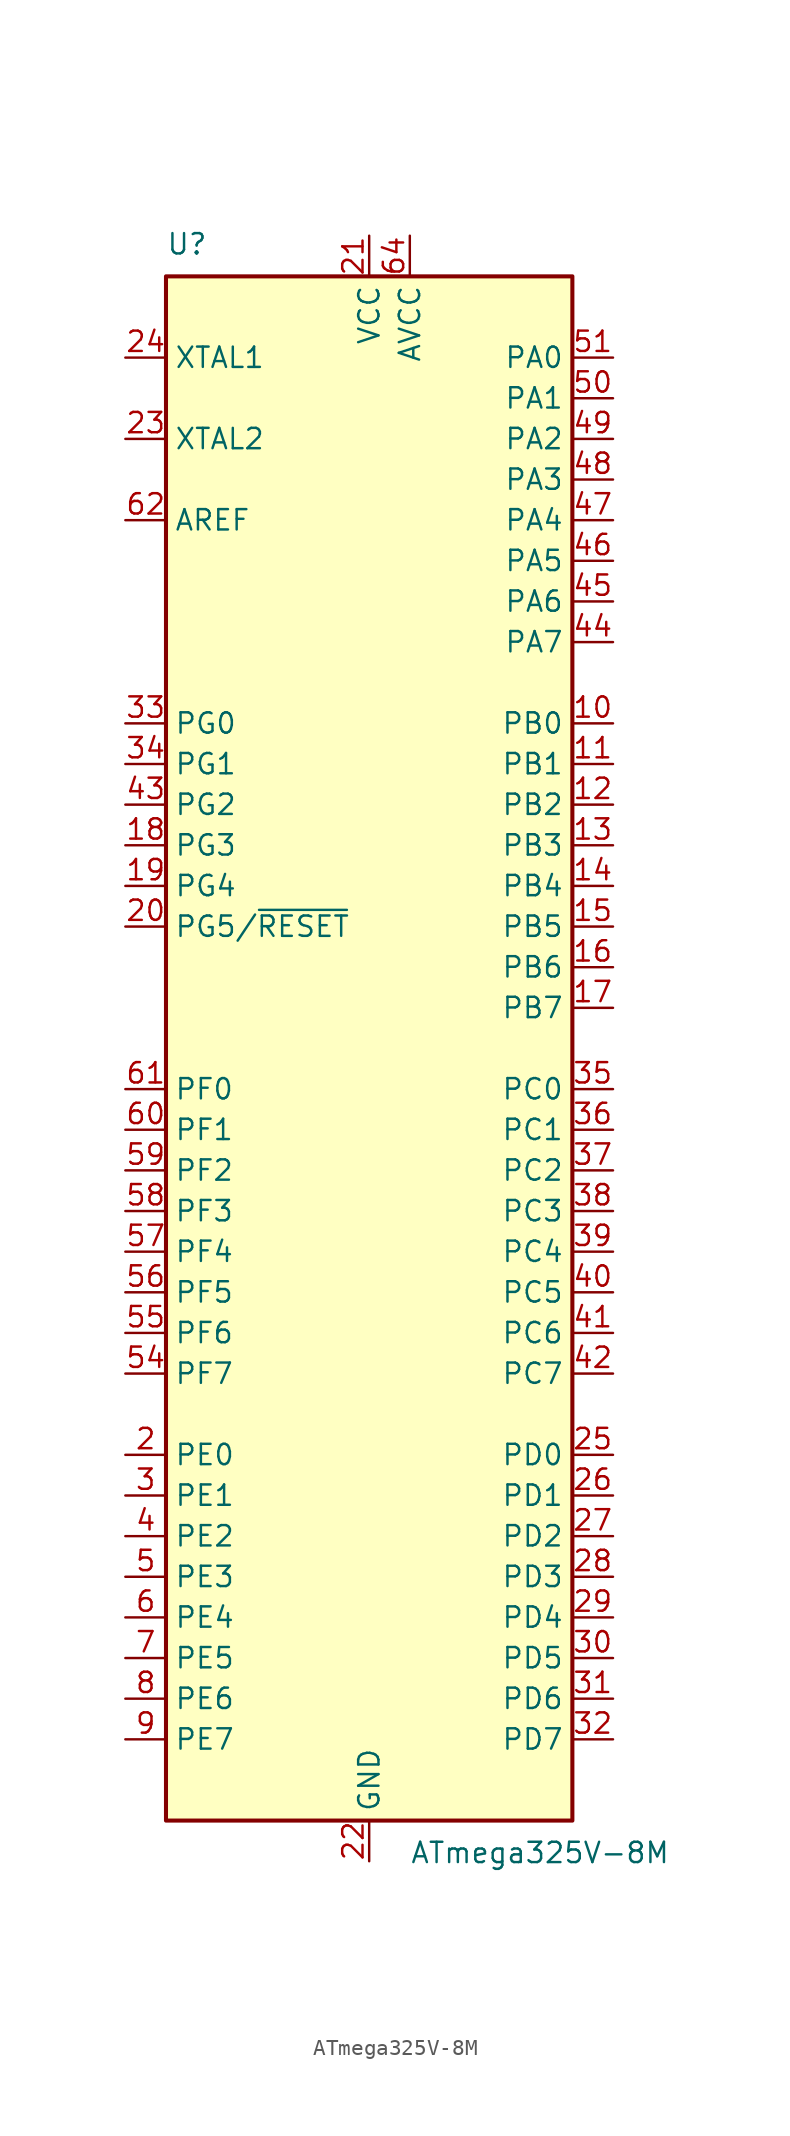
<source format=kicad_sym>
(kicad_symbol_lib
  (version 20200908)
  (generator kicad_symbol_editor)
  (symbol "MCU_Microchip_ATmega:ATmega325V-8M"
    (property "Reference" "U"
      (at -12.7 49.53 0)
      (effects (font (size 1.27 1.27)) (justify left bottom)))
    (property "Value" "ATmega325V-8M"
      (at 2.54 -49.53 0)
      (effects (font (size 1.27 1.27)) (justify left top)))
    (symbol "ATmega325V-8M_0_1"
      (rectangle (start -12.7 -48.26) (end 12.7 48.26) (stroke (width 0.254)) (fill (type background))))
    (symbol "ATmega325V-8M_1_1"
      (pin unconnected line (at -12.7 -45.72 0) (length 2.54) hide (name "NC" (effects (font (size 1.27 1.27)))) (number "1" (effects (font (size 1.27 1.27)))))
      (pin bidirectional line (at 15.24 20.32 180) (length 2.54) (name "PB0" (effects (font (size 1.27 1.27)))) (number "10" (effects (font (size 1.27 1.27)))))
      (pin bidirectional line (at 15.24 17.78 180) (length 2.54) (name "PB1" (effects (font (size 1.27 1.27)))) (number "11" (effects (font (size 1.27 1.27)))))
      (pin bidirectional line (at 15.24 15.24 180) (length 2.54) (name "PB2" (effects (font (size 1.27 1.27)))) (number "12" (effects (font (size 1.27 1.27)))))
      (pin bidirectional line (at 15.24 12.7 180) (length 2.54) (name "PB3" (effects (font (size 1.27 1.27)))) (number "13" (effects (font (size 1.27 1.27)))))
      (pin bidirectional line (at 15.24 10.16 180) (length 2.54) (name "PB4" (effects (font (size 1.27 1.27)))) (number "14" (effects (font (size 1.27 1.27)))))
      (pin bidirectional line (at 15.24 7.62 180) (length 2.54) (name "PB5" (effects (font (size 1.27 1.27)))) (number "15" (effects (font (size 1.27 1.27)))))
      (pin bidirectional line (at 15.24 5.08 180) (length 2.54) (name "PB6" (effects (font (size 1.27 1.27)))) (number "16" (effects (font (size 1.27 1.27)))))
      (pin bidirectional line (at 15.24 2.54 180) (length 2.54) (name "PB7" (effects (font (size 1.27 1.27)))) (number "17" (effects (font (size 1.27 1.27)))))
      (pin bidirectional line (at -15.24 12.7 0) (length 2.54) (name "PG3" (effects (font (size 1.27 1.27)))) (number "18" (effects (font (size 1.27 1.27)))))
      (pin bidirectional line (at -15.24 10.16 0) (length 2.54) (name "PG4" (effects (font (size 1.27 1.27)))) (number "19" (effects (font (size 1.27 1.27)))))
      (pin bidirectional line (at -15.24 -25.4 0) (length 2.54) (name "PE0" (effects (font (size 1.27 1.27)))) (number "2" (effects (font (size 1.27 1.27)))))
      (pin bidirectional line (at -15.24 7.62 0) (length 2.54) (name "PG5/~RESET" (effects (font (size 1.27 1.27)))) (number "20" (effects (font (size 1.27 1.27)))))
      (pin power_in line (at 0 50.8 270) (length 2.54) (name "VCC" (effects (font (size 1.27 1.27)))) (number "21" (effects (font (size 1.27 1.27)))))
      (pin power_in line (at 0 -50.8 90) (length 2.54) (name "GND" (effects (font (size 1.27 1.27)))) (number "22" (effects (font (size 1.27 1.27)))))
      (pin output line (at -15.24 38.1 0) (length 2.54) (name "XTAL2" (effects (font (size 1.27 1.27)))) (number "23" (effects (font (size 1.27 1.27)))))
      (pin input line (at -15.24 43.18 0) (length 2.54) (name "XTAL1" (effects (font (size 1.27 1.27)))) (number "24" (effects (font (size 1.27 1.27)))))
      (pin bidirectional line (at 15.24 -25.4 180) (length 2.54) (name "PD0" (effects (font (size 1.27 1.27)))) (number "25" (effects (font (size 1.27 1.27)))))
      (pin bidirectional line (at 15.24 -27.94 180) (length 2.54) (name "PD1" (effects (font (size 1.27 1.27)))) (number "26" (effects (font (size 1.27 1.27)))))
      (pin bidirectional line (at 15.24 -30.48 180) (length 2.54) (name "PD2" (effects (font (size 1.27 1.27)))) (number "27" (effects (font (size 1.27 1.27)))))
      (pin bidirectional line (at 15.24 -33.02 180) (length 2.54) (name "PD3" (effects (font (size 1.27 1.27)))) (number "28" (effects (font (size 1.27 1.27)))))
      (pin bidirectional line (at 15.24 -35.56 180) (length 2.54) (name "PD4" (effects (font (size 1.27 1.27)))) (number "29" (effects (font (size 1.27 1.27)))))
      (pin bidirectional line (at -15.24 -27.94 0) (length 2.54) (name "PE1" (effects (font (size 1.27 1.27)))) (number "3" (effects (font (size 1.27 1.27)))))
      (pin bidirectional line (at 15.24 -38.1 180) (length 2.54) (name "PD5" (effects (font (size 1.27 1.27)))) (number "30" (effects (font (size 1.27 1.27)))))
      (pin bidirectional line (at 15.24 -40.64 180) (length 2.54) (name "PD6" (effects (font (size 1.27 1.27)))) (number "31" (effects (font (size 1.27 1.27)))))
      (pin bidirectional line (at 15.24 -43.18 180) (length 2.54) (name "PD7" (effects (font (size 1.27 1.27)))) (number "32" (effects (font (size 1.27 1.27)))))
      (pin bidirectional line (at -15.24 20.32 0) (length 2.54) (name "PG0" (effects (font (size 1.27 1.27)))) (number "33" (effects (font (size 1.27 1.27)))))
      (pin bidirectional line (at -15.24 17.78 0) (length 2.54) (name "PG1" (effects (font (size 1.27 1.27)))) (number "34" (effects (font (size 1.27 1.27)))))
      (pin bidirectional line (at 15.24 -2.54 180) (length 2.54) (name "PC0" (effects (font (size 1.27 1.27)))) (number "35" (effects (font (size 1.27 1.27)))))
      (pin bidirectional line (at 15.24 -5.08 180) (length 2.54) (name "PC1" (effects (font (size 1.27 1.27)))) (number "36" (effects (font (size 1.27 1.27)))))
      (pin bidirectional line (at 15.24 -7.62 180) (length 2.54) (name "PC2" (effects (font (size 1.27 1.27)))) (number "37" (effects (font (size 1.27 1.27)))))
      (pin bidirectional line (at 15.24 -10.16 180) (length 2.54) (name "PC3" (effects (font (size 1.27 1.27)))) (number "38" (effects (font (size 1.27 1.27)))))
      (pin bidirectional line (at 15.24 -12.7 180) (length 2.54) (name "PC4" (effects (font (size 1.27 1.27)))) (number "39" (effects (font (size 1.27 1.27)))))
      (pin bidirectional line (at -15.24 -30.48 0) (length 2.54) (name "PE2" (effects (font (size 1.27 1.27)))) (number "4" (effects (font (size 1.27 1.27)))))
      (pin bidirectional line (at 15.24 -15.24 180) (length 2.54) (name "PC5" (effects (font (size 1.27 1.27)))) (number "40" (effects (font (size 1.27 1.27)))))
      (pin bidirectional line (at 15.24 -17.78 180) (length 2.54) (name "PC6" (effects (font (size 1.27 1.27)))) (number "41" (effects (font (size 1.27 1.27)))))
      (pin bidirectional line (at 15.24 -20.32 180) (length 2.54) (name "PC7" (effects (font (size 1.27 1.27)))) (number "42" (effects (font (size 1.27 1.27)))))
      (pin bidirectional line (at -15.24 15.24 0) (length 2.54) (name "PG2" (effects (font (size 1.27 1.27)))) (number "43" (effects (font (size 1.27 1.27)))))
      (pin bidirectional line (at 15.24 25.4 180) (length 2.54) (name "PA7" (effects (font (size 1.27 1.27)))) (number "44" (effects (font (size 1.27 1.27)))))
      (pin bidirectional line (at 15.24 27.94 180) (length 2.54) (name "PA6" (effects (font (size 1.27 1.27)))) (number "45" (effects (font (size 1.27 1.27)))))
      (pin bidirectional line (at 15.24 30.48 180) (length 2.54) (name "PA5" (effects (font (size 1.27 1.27)))) (number "46" (effects (font (size 1.27 1.27)))))
      (pin bidirectional line (at 15.24 33.02 180) (length 2.54) (name "PA4" (effects (font (size 1.27 1.27)))) (number "47" (effects (font (size 1.27 1.27)))))
      (pin bidirectional line (at 15.24 35.56 180) (length 2.54) (name "PA3" (effects (font (size 1.27 1.27)))) (number "48" (effects (font (size 1.27 1.27)))))
      (pin bidirectional line (at 15.24 38.1 180) (length 2.54) (name "PA2" (effects (font (size 1.27 1.27)))) (number "49" (effects (font (size 1.27 1.27)))))
      (pin bidirectional line (at -15.24 -33.02 0) (length 2.54) (name "PE3" (effects (font (size 1.27 1.27)))) (number "5" (effects (font (size 1.27 1.27)))))
      (pin bidirectional line (at 15.24 40.64 180) (length 2.54) (name "PA1" (effects (font (size 1.27 1.27)))) (number "50" (effects (font (size 1.27 1.27)))))
      (pin bidirectional line (at 15.24 43.18 180) (length 2.54) (name "PA0" (effects (font (size 1.27 1.27)))) (number "51" (effects (font (size 1.27 1.27)))))
      (pin passive line (at 0 50.8 270) (length 2.54) hide (name "VCC" (effects (font (size 1.27 1.27)))) (number "52" (effects (font (size 1.27 1.27)))))
      (pin passive line (at 0 -50.8 90) (length 2.54) hide (name "GND" (effects (font (size 1.27 1.27)))) (number "53" (effects (font (size 1.27 1.27)))))
      (pin bidirectional line (at -15.24 -20.32 0) (length 2.54) (name "PF7" (effects (font (size 1.27 1.27)))) (number "54" (effects (font (size 1.27 1.27)))))
      (pin bidirectional line (at -15.24 -17.78 0) (length 2.54) (name "PF6" (effects (font (size 1.27 1.27)))) (number "55" (effects (font (size 1.27 1.27)))))
      (pin bidirectional line (at -15.24 -15.24 0) (length 2.54) (name "PF5" (effects (font (size 1.27 1.27)))) (number "56" (effects (font (size 1.27 1.27)))))
      (pin bidirectional line (at -15.24 -12.7 0) (length 2.54) (name "PF4" (effects (font (size 1.27 1.27)))) (number "57" (effects (font (size 1.27 1.27)))))
      (pin bidirectional line (at -15.24 -10.16 0) (length 2.54) (name "PF3" (effects (font (size 1.27 1.27)))) (number "58" (effects (font (size 1.27 1.27)))))
      (pin bidirectional line (at -15.24 -7.62 0) (length 2.54) (name "PF2" (effects (font (size 1.27 1.27)))) (number "59" (effects (font (size 1.27 1.27)))))
      (pin bidirectional line (at -15.24 -35.56 0) (length 2.54) (name "PE4" (effects (font (size 1.27 1.27)))) (number "6" (effects (font (size 1.27 1.27)))))
      (pin bidirectional line (at -15.24 -5.08 0) (length 2.54) (name "PF1" (effects (font (size 1.27 1.27)))) (number "60" (effects (font (size 1.27 1.27)))))
      (pin bidirectional line (at -15.24 -2.54 0) (length 2.54) (name "PF0" (effects (font (size 1.27 1.27)))) (number "61" (effects (font (size 1.27 1.27)))))
      (pin passive line (at -15.24 33.02 0) (length 2.54) (name "AREF" (effects (font (size 1.27 1.27)))) (number "62" (effects (font (size 1.27 1.27)))))
      (pin passive line (at 0 -50.8 90) (length 2.54) hide (name "GND" (effects (font (size 1.27 1.27)))) (number "63" (effects (font (size 1.27 1.27)))))
      (pin power_in line (at 2.54 50.8 270) (length 2.54) (name "AVCC" (effects (font (size 1.27 1.27)))) (number "64" (effects (font (size 1.27 1.27)))))
      (pin passive line (at 0 -50.8 90) (length 2.54) hide (name "GND" (effects (font (size 1.27 1.27)))) (number "65" (effects (font (size 1.27 1.27)))))
      (pin bidirectional line (at -15.24 -38.1 0) (length 2.54) (name "PE5" (effects (font (size 1.27 1.27)))) (number "7" (effects (font (size 1.27 1.27)))))
      (pin bidirectional line (at -15.24 -40.64 0) (length 2.54) (name "PE6" (effects (font (size 1.27 1.27)))) (number "8" (effects (font (size 1.27 1.27)))))
      (pin bidirectional line (at -15.24 -43.18 0) (length 2.54) (name "PE7" (effects (font (size 1.27 1.27)))) (number "9" (effects (font (size 1.27 1.27))))))))
</source>
